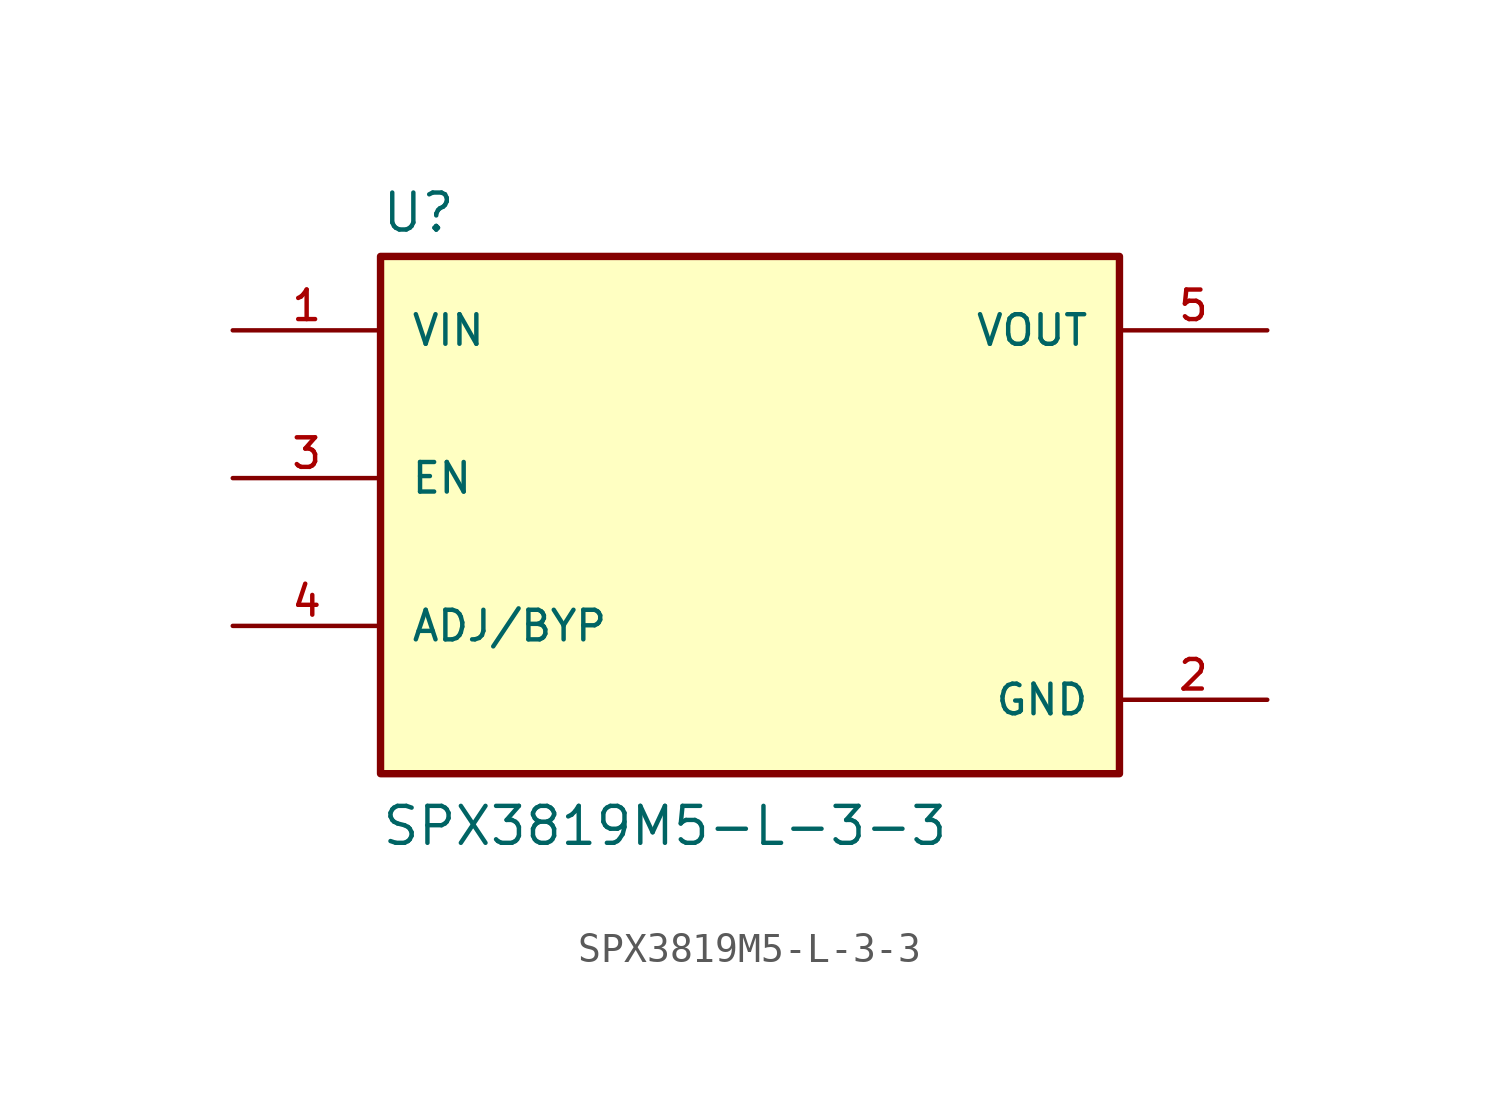
<source format=kicad_sym>
(kicad_symbol_lib
  (version 20211014)
  (generator kicad_symbol_editor)
  (symbol "SPX3819M5-L-3-3"
    (pin_names
      (offset 1.016))
    (property "Reference" "U"
      (at -12.7 10.922 0.0)
      (effects (font (size 1.27 1.27)) (justify bottom left)))
    (property "Value" "SPX3819M5-L-3-3"
      (at -12.7 -10.16 0.0)
      (effects (font (size 1.27 1.27)) (justify bottom left)))
    (symbol "SPX3819M5-L-3-3_0_0"
      (rectangle (start -12.7 -7.62) (end 12.7 10.16) (stroke (width 0.254)) (fill (type background)))
      (pin power_in line (at -17.78 7.62 0) (length 5.08) (name "VIN" (effects (font (size 1.016 1.016)))) (number "1" (effects (font (size 1.016 1.016)))))
      (pin input line (at -17.78 2.54 0) (length 5.08) (name "EN" (effects (font (size 1.016 1.016)))) (number "3" (effects (font (size 1.016 1.016)))))
      (pin passive line (at -17.78 -2.54 0) (length 5.08) (name "ADJ/BYP" (effects (font (size 1.016 1.016)))) (number "4" (effects (font (size 1.016 1.016)))))
      (pin passive line (at 17.78 -5.08 180.0) (length 5.08) (name "GND" (effects (font (size 1.016 1.016)))) (number "2" (effects (font (size 1.016 1.016)))))
      (pin output line (at 17.78 7.62 180.0) (length 5.08) (name "VOUT" (effects (font (size 1.016 1.016)))) (number "5" (effects (font (size 1.016 1.016))))))))
</source>
